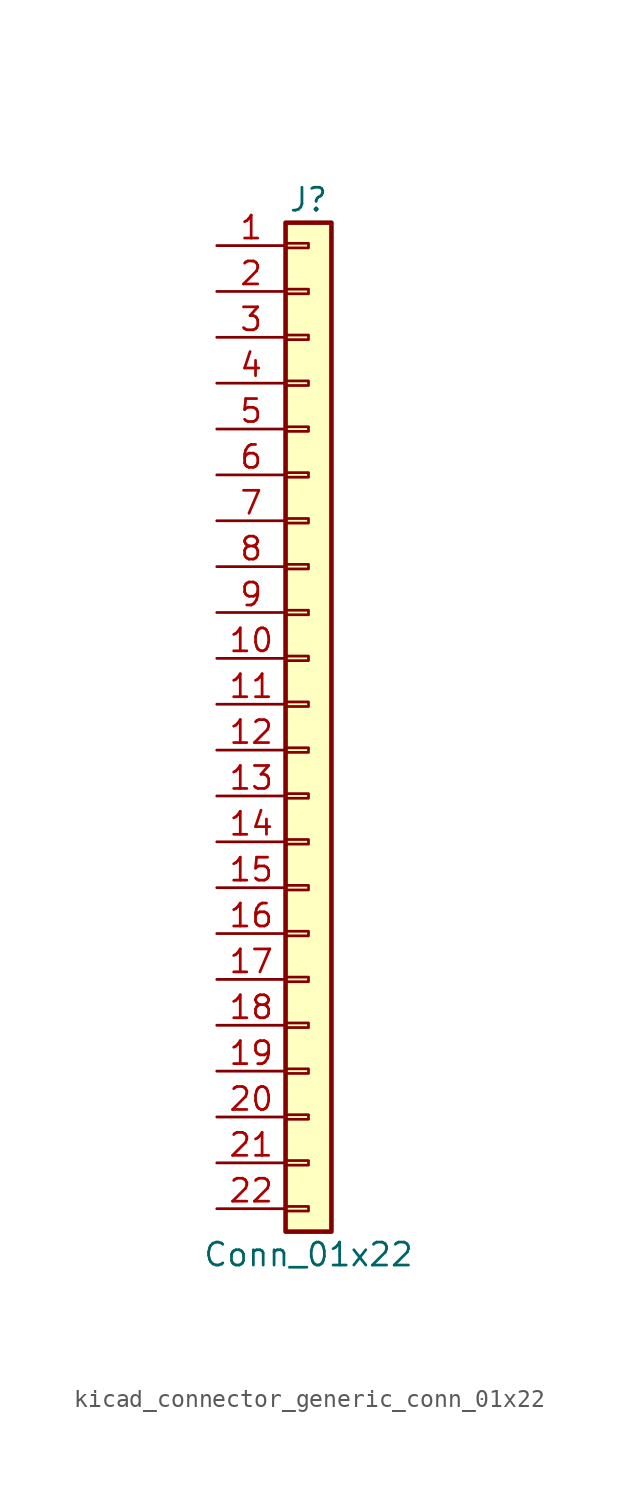
<source format=kicad_sym>
(kicad_symbol_lib
  (version 20220914)
  (generator kicad_symbol_editor)
  (symbol "kicad_connector_generic_conn_01x22"
    (pin_names
      (offset 1.016) hide)
    (property "Reference" "J"
      (at 0 27.94 0)
      (effects (font (size 1.27 1.27))))
    (property "Value" "Conn_01x22"
      (at 0 -30.48 0)
      (effects (font (size 1.27 1.27))))
    (symbol "kicad_connector_generic_conn_01x22_1_1"
      (rectangle (start -1.27 -27.813) (end 0 -28.067) (stroke (width 0.152) (type default)) (fill (type none)))
      (rectangle (start -1.27 -25.273) (end 0 -25.527) (stroke (width 0.152) (type default)) (fill (type none)))
      (rectangle (start -1.27 -22.733) (end 0 -22.987) (stroke (width 0.152) (type default)) (fill (type none)))
      (rectangle (start -1.27 -20.193) (end 0 -20.447) (stroke (width 0.152) (type default)) (fill (type none)))
      (rectangle (start -1.27 -17.653) (end 0 -17.907) (stroke (width 0.152) (type default)) (fill (type none)))
      (rectangle (start -1.27 -15.113) (end 0 -15.367) (stroke (width 0.152) (type default)) (fill (type none)))
      (rectangle (start -1.27 -12.573) (end 0 -12.827) (stroke (width 0.152) (type default)) (fill (type none)))
      (rectangle (start -1.27 -10.033) (end 0 -10.287) (stroke (width 0.152) (type default)) (fill (type none)))
      (rectangle (start -1.27 -7.493) (end 0 -7.747) (stroke (width 0.152) (type default)) (fill (type none)))
      (rectangle (start -1.27 -4.953) (end 0 -5.207) (stroke (width 0.152) (type default)) (fill (type none)))
      (rectangle (start -1.27 -2.413) (end 0 -2.667) (stroke (width 0.152) (type default)) (fill (type none)))
      (rectangle (start -1.27 0.127) (end 0 -0.127) (stroke (width 0.152) (type default)) (fill (type none)))
      (rectangle (start -1.27 2.667) (end 0 2.413) (stroke (width 0.152) (type default)) (fill (type none)))
      (rectangle (start -1.27 5.207) (end 0 4.953) (stroke (width 0.152) (type default)) (fill (type none)))
      (rectangle (start -1.27 7.747) (end 0 7.493) (stroke (width 0.152) (type default)) (fill (type none)))
      (rectangle (start -1.27 10.287) (end 0 10.033) (stroke (width 0.152) (type default)) (fill (type none)))
      (rectangle (start -1.27 12.827) (end 0 12.573) (stroke (width 0.152) (type default)) (fill (type none)))
      (rectangle (start -1.27 15.367) (end 0 15.113) (stroke (width 0.152) (type default)) (fill (type none)))
      (rectangle (start -1.27 17.907) (end 0 17.653) (stroke (width 0.152) (type default)) (fill (type none)))
      (rectangle (start -1.27 20.447) (end 0 20.193) (stroke (width 0.152) (type default)) (fill (type none)))
      (rectangle (start -1.27 22.987) (end 0 22.733) (stroke (width 0.152) (type default)) (fill (type none)))
      (rectangle (start -1.27 25.527) (end 0 25.273) (stroke (width 0.152) (type default)) (fill (type none)))
      (rectangle (start -1.27 26.67) (end 1.27 -29.21) (stroke (width 0.254) (type default)) (fill (type background)))
      (pin passive line (at -5.08 25.4 0) (length 3.81) (name "Pin_1" (effects (font (size 1.27 1.27)))) (number "1" (effects (font (size 1.27 1.27)))))
      (pin passive line (at -5.08 2.54 0) (length 3.81) (name "Pin_10" (effects (font (size 1.27 1.27)))) (number "10" (effects (font (size 1.27 1.27)))))
      (pin passive line (at -5.08 0 0) (length 3.81) (name "Pin_11" (effects (font (size 1.27 1.27)))) (number "11" (effects (font (size 1.27 1.27)))))
      (pin passive line (at -5.08 -2.54 0) (length 3.81) (name "Pin_12" (effects (font (size 1.27 1.27)))) (number "12" (effects (font (size 1.27 1.27)))))
      (pin passive line (at -5.08 -5.08 0) (length 3.81) (name "Pin_13" (effects (font (size 1.27 1.27)))) (number "13" (effects (font (size 1.27 1.27)))))
      (pin passive line (at -5.08 -7.62 0) (length 3.81) (name "Pin_14" (effects (font (size 1.27 1.27)))) (number "14" (effects (font (size 1.27 1.27)))))
      (pin passive line (at -5.08 -10.16 0) (length 3.81) (name "Pin_15" (effects (font (size 1.27 1.27)))) (number "15" (effects (font (size 1.27 1.27)))))
      (pin passive line (at -5.08 -12.7 0) (length 3.81) (name "Pin_16" (effects (font (size 1.27 1.27)))) (number "16" (effects (font (size 1.27 1.27)))))
      (pin passive line (at -5.08 -15.24 0) (length 3.81) (name "Pin_17" (effects (font (size 1.27 1.27)))) (number "17" (effects (font (size 1.27 1.27)))))
      (pin passive line (at -5.08 -17.78 0) (length 3.81) (name "Pin_18" (effects (font (size 1.27 1.27)))) (number "18" (effects (font (size 1.27 1.27)))))
      (pin passive line (at -5.08 -20.32 0) (length 3.81) (name "Pin_19" (effects (font (size 1.27 1.27)))) (number "19" (effects (font (size 1.27 1.27)))))
      (pin passive line (at -5.08 22.86 0) (length 3.81) (name "Pin_2" (effects (font (size 1.27 1.27)))) (number "2" (effects (font (size 1.27 1.27)))))
      (pin passive line (at -5.08 -22.86 0) (length 3.81) (name "Pin_20" (effects (font (size 1.27 1.27)))) (number "20" (effects (font (size 1.27 1.27)))))
      (pin passive line (at -5.08 -25.4 0) (length 3.81) (name "Pin_21" (effects (font (size 1.27 1.27)))) (number "21" (effects (font (size 1.27 1.27)))))
      (pin passive line (at -5.08 -27.94 0) (length 3.81) (name "Pin_22" (effects (font (size 1.27 1.27)))) (number "22" (effects (font (size 1.27 1.27)))))
      (pin passive line (at -5.08 20.32 0) (length 3.81) (name "Pin_3" (effects (font (size 1.27 1.27)))) (number "3" (effects (font (size 1.27 1.27)))))
      (pin passive line (at -5.08 17.78 0) (length 3.81) (name "Pin_4" (effects (font (size 1.27 1.27)))) (number "4" (effects (font (size 1.27 1.27)))))
      (pin passive line (at -5.08 15.24 0) (length 3.81) (name "Pin_5" (effects (font (size 1.27 1.27)))) (number "5" (effects (font (size 1.27 1.27)))))
      (pin passive line (at -5.08 12.7 0) (length 3.81) (name "Pin_6" (effects (font (size 1.27 1.27)))) (number "6" (effects (font (size 1.27 1.27)))))
      (pin passive line (at -5.08 10.16 0) (length 3.81) (name "Pin_7" (effects (font (size 1.27 1.27)))) (number "7" (effects (font (size 1.27 1.27)))))
      (pin passive line (at -5.08 7.62 0) (length 3.81) (name "Pin_8" (effects (font (size 1.27 1.27)))) (number "8" (effects (font (size 1.27 1.27)))))
      (pin passive line (at -5.08 5.08 0) (length 3.81) (name "Pin_9" (effects (font (size 1.27 1.27)))) (number "9" (effects (font (size 1.27 1.27))))))))
</source>
